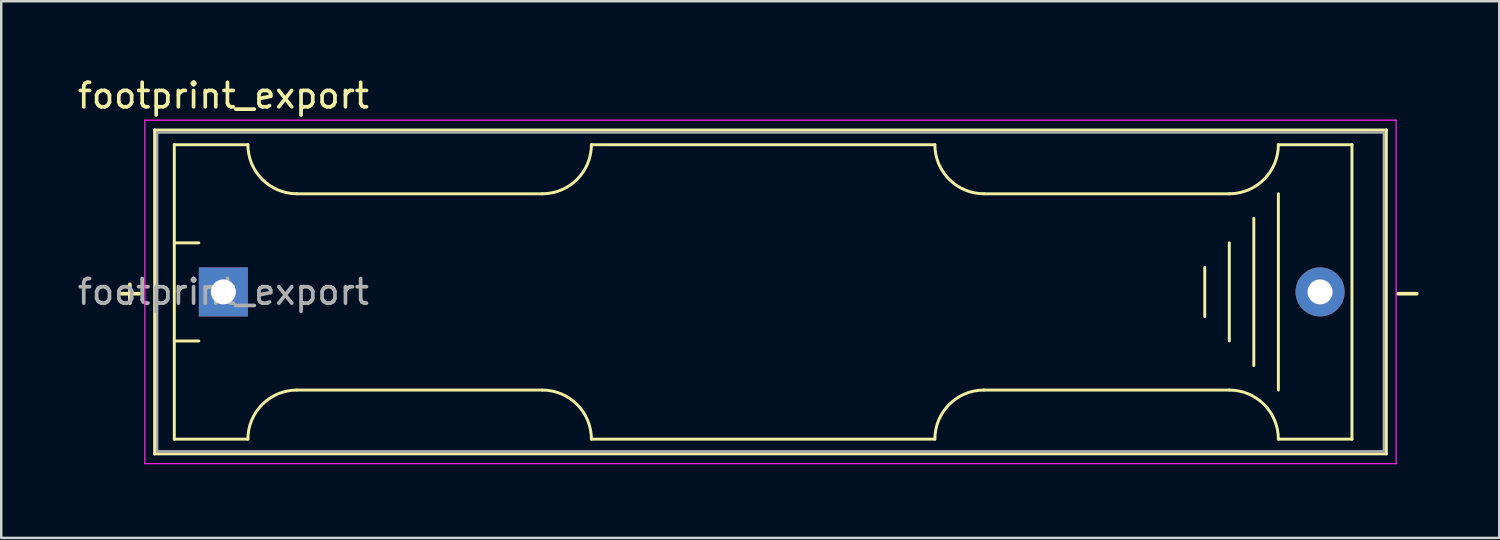
<source format=kicad_pcb>
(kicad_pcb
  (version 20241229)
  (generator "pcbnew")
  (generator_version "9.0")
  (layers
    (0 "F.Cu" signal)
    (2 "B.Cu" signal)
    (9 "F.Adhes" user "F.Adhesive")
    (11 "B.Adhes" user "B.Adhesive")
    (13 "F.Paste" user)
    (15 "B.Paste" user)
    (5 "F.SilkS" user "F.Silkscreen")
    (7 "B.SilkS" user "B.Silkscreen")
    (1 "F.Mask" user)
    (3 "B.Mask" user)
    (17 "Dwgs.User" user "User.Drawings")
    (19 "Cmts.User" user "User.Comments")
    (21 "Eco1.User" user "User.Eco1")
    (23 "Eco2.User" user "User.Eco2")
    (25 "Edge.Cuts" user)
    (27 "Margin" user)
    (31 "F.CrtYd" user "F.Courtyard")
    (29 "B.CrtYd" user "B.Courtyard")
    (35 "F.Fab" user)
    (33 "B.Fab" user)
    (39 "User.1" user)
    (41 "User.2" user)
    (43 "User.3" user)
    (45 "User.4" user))
  (footprint "footprint_export"
    (layer "F.Cu")
    (at 6.054 8.848)
    (property "Reference" "footprint_export" (at 0 -8 180) (layer "F.SilkS") (effects (font (size 1 1) (thickness 0.15))))
    (attr through_hole)
    (fp_line (start -2.8 -6.6) (end -2.8 6.6) (stroke (width 0.12) (type solid)) (layer "F.SilkS"))
    (fp_line (start -2.8 6.6) (end 47.4 6.6) (stroke (width 0.12) (type solid)) (layer "F.SilkS"))
    (fp_line (start -2 -6) (end -2 6) (stroke (width 0.12) (type solid)) (layer "F.SilkS"))
    (fp_line (start -2 -6) (end 1 -6) (stroke (width 0.12) (type solid)) (layer "F.SilkS"))
    (fp_line (start -2 -2) (end -1 -2) (stroke (width 0.12) (type solid)) (layer "F.SilkS"))
    (fp_line (start -2 6) (end 1 6) (stroke (width 0.12) (type solid)) (layer "F.SilkS"))
    (fp_line (start -1 2) (end -2 2) (stroke (width 0.12) (type solid)) (layer "F.SilkS"))
    (fp_line (start 3 -4) (end 13 -4) (stroke (width 0.12) (type solid)) (layer "F.SilkS"))
    (fp_line (start 3 4) (end 13 4) (stroke (width 0.12) (type solid)) (layer "F.SilkS"))
    (fp_line (start 15 6) (end 29 6) (stroke (width 0.12) (type solid)) (layer "F.SilkS"))
    (fp_line (start 29 -6) (end 15 -6) (stroke (width 0.12) (type solid)) (layer "F.SilkS"))
    (fp_line (start 40 -1) (end 40 1) (stroke (width 0.12) (type solid)) (layer "F.SilkS"))
    (fp_line (start 41 -4) (end 31 -4) (stroke (width 0.12) (type solid)) (layer "F.SilkS"))
    (fp_line (start 41 -2) (end 41 2) (stroke (width 0.12) (type solid)) (layer "F.SilkS"))
    (fp_line (start 41 4) (end 31 4) (stroke (width 0.12) (type solid)) (layer "F.SilkS"))
    (fp_line (start 42 3) (end 42 -3) (stroke (width 0.12) (type solid)) (layer "F.SilkS"))
    (fp_line (start 43 -4) (end 43 4) (stroke (width 0.12) (type solid)) (layer "F.SilkS"))
    (fp_line (start 46 -6) (end 43 -6) (stroke (width 0.12) (type solid)) (layer "F.SilkS"))
    (fp_line (start 46 -6) (end 46 6) (stroke (width 0.12) (type solid)) (layer "F.SilkS"))
    (fp_line (start 46 6) (end 43 6) (stroke (width 0.12) (type solid)) (layer "F.SilkS"))
    (fp_line (start 47.4 -6.6) (end -2.8 -6.6) (stroke (width 0.12) (type solid)) (layer "F.SilkS"))
    (fp_line (start 47.4 6.6) (end 47.4 -6.6) (stroke (width 0.12) (type solid)) (layer "F.SilkS"))
    (fp_arc (start 1 6) (mid 1.585786 4.585786) (end 3 4) (stroke (width 0.12) (type solid)) (layer "F.SilkS"))
    (fp_arc (start 3 -4) (mid 1.585786 -4.585786) (end 1 -6) (stroke (width 0.12) (type solid)) (layer "F.SilkS"))
    (fp_arc (start 13 4) (mid 14.414214 4.585786) (end 15 6) (stroke (width 0.12) (type solid)) (layer "F.SilkS"))
    (fp_arc (start 15 -6) (mid 14.414214 -4.585786) (end 13 -4) (stroke (width 0.12) (type solid)) (layer "F.SilkS"))
    (fp_arc (start 29 6) (mid 29.585786 4.585786) (end 31 4) (stroke (width 0.12) (type solid)) (layer "F.SilkS"))
    (fp_arc (start 31 -4) (mid 29.585786 -4.585786) (end 29 -6) (stroke (width 0.12) (type solid)) (layer "F.SilkS"))
    (fp_arc (start 41 4) (mid 42.414214 4.585786) (end 43 6) (stroke (width 0.12) (type solid)) (layer "F.SilkS"))
    (fp_arc (start 43 -6) (mid 42.414214 -4.585786) (end 41 -4) (stroke (width 0.12) (type solid)) (layer "F.SilkS"))
    (fp_line (start -3.2 -7) (end -3.2 7) (stroke (width 0.05) (type solid)) (layer "F.CrtYd"))
    (fp_line (start -3.2 7) (end 47.8 7) (stroke (width 0.05) (type solid)) (layer "F.CrtYd"))
    (fp_line (start 47.8 -7) (end -3.2 -7) (stroke (width 0.05) (type solid)) (layer "F.CrtYd"))
    (fp_line (start 47.8 7) (end 47.8 -7) (stroke (width 0.05) (type solid)) (layer "F.CrtYd"))
    (fp_line (start -2.7 -6.5) (end 47.3 -6.5) (stroke (width 0.1) (type solid)) (layer "F.Fab"))
    (fp_line (start -2.7 0) (end -2.7 -6.5) (stroke (width 0.1) (type solid)) (layer "F.Fab"))
    (fp_line (start -2.7 6.5) (end -2.7 0) (stroke (width 0.1) (type solid)) (layer "F.Fab"))
    (fp_line (start 47.3 -6.5) (end 47.3 6.5) (stroke (width 0.1) (type solid)) (layer "F.Fab"))
    (fp_line (start 47.3 6.5) (end -2.7 6.5) (stroke (width 0.1) (type solid)) (layer "F.Fab"))
    (fp_text user "-" (at 48.26 0 0) (layer "F.SilkS") (effects (font (size 1 1) (thickness 0.15))))
    (fp_text user "+" (at -3.81 0 0) (layer "F.SilkS") (effects (font (size 1 1) (thickness 0.15))))
    (fp_text user "${REFERENCE}" (at 0 0 0) (layer "F.Fab") (effects (font (size 1 1) (thickness 0.15))))
    (pad "1" thru_hole rect (at 0 0) (size 2 2) (drill 1.02) (layers "*.Cu" "*.Mask"))
    (pad "2" thru_hole circle (at 44.7 0) (size 2 2) (drill 1.02) (layers "*.Cu" "*.Mask")))
  (gr_rect
    (start -3 -3)
    (end 58.058 18.873)
    (stroke (width 0.1) (type default))
    (fill no)
    (layer "Edge.Cuts")))
</source>
